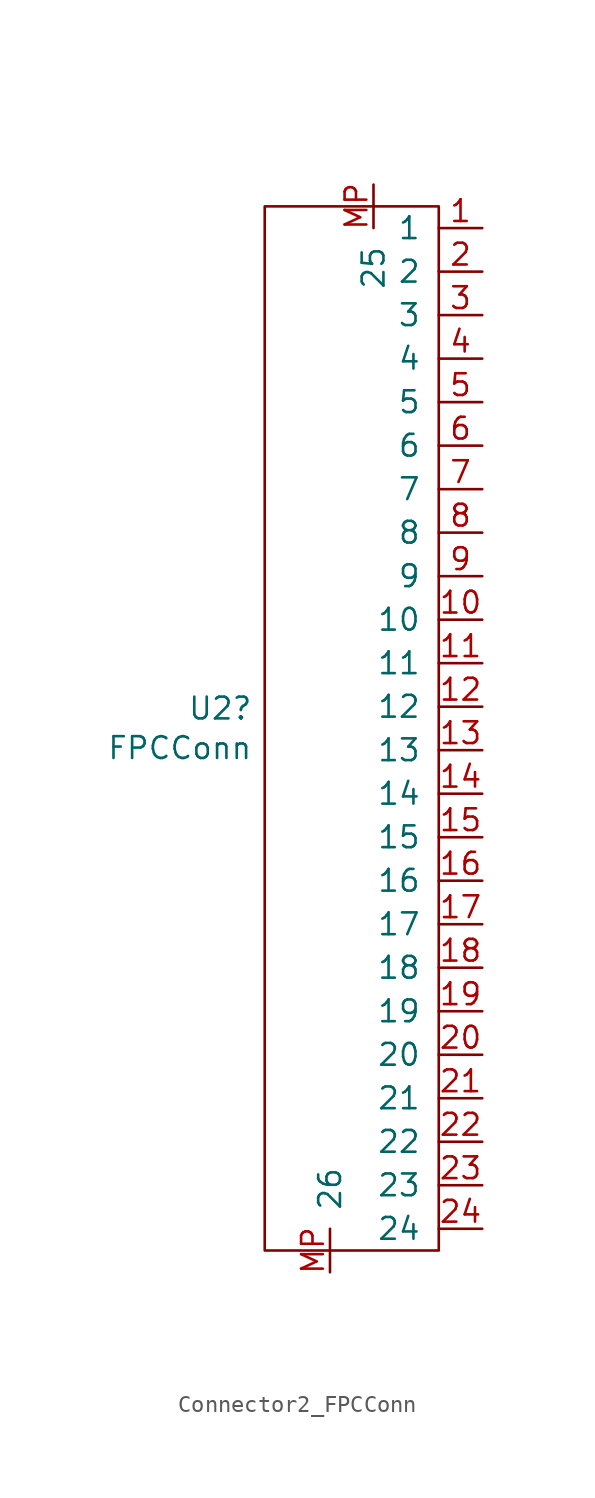
<source format=kicad_sym>
(kicad_symbol_lib
  (version 20211014)
  (generator kicad_symbol_editor)
  (symbol "Connector2_FPCConn"
    (pin_names
      (offset 1.016))
    (property "Reference" "U2"
      (at -13.386 26.568 0)
      (effects (font (size 1.27 1.27)) (justify right)))
    (property "Value" "FPCConn"
      (at -13.386 24.257 0)
      (effects (font (size 1.27 1.27)) (justify right)))
    (symbol "Connector2_FPCConn_0_1"
      (rectangle (start -2.54 -5.08) (end -12.7 55.88) (stroke (width 0) (type default) (color 0 0 0 0)) (fill (type none))))
    (symbol "Connector2_FPCConn_1_1"
      (pin input line (at 0 54.61 180) (length 2.54) (name "1" (effects (font (size 1.27 1.27)))) (number "1" (effects (font (size 1.27 1.27)))))
      (pin input line (at 0 31.75 180) (length 2.54) (name "10" (effects (font (size 1.27 1.27)))) (number "10" (effects (font (size 1.27 1.27)))))
      (pin input line (at 0 29.21 180) (length 2.54) (name "11" (effects (font (size 1.27 1.27)))) (number "11" (effects (font (size 1.27 1.27)))))
      (pin input line (at 0 26.67 180) (length 2.54) (name "12" (effects (font (size 1.27 1.27)))) (number "12" (effects (font (size 1.27 1.27)))))
      (pin input line (at 0 24.13 180) (length 2.54) (name "13" (effects (font (size 1.27 1.27)))) (number "13" (effects (font (size 1.27 1.27)))))
      (pin input line (at 0 21.59 180) (length 2.54) (name "14" (effects (font (size 1.27 1.27)))) (number "14" (effects (font (size 1.27 1.27)))))
      (pin input line (at 0 19.05 180) (length 2.54) (name "15" (effects (font (size 1.27 1.27)))) (number "15" (effects (font (size 1.27 1.27)))))
      (pin input line (at 0 16.51 180) (length 2.54) (name "16" (effects (font (size 1.27 1.27)))) (number "16" (effects (font (size 1.27 1.27)))))
      (pin input line (at 0 13.97 180) (length 2.54) (name "17" (effects (font (size 1.27 1.27)))) (number "17" (effects (font (size 1.27 1.27)))))
      (pin input line (at 0 11.43 180) (length 2.54) (name "18" (effects (font (size 1.27 1.27)))) (number "18" (effects (font (size 1.27 1.27)))))
      (pin input line (at 0 8.89 180) (length 2.54) (name "19" (effects (font (size 1.27 1.27)))) (number "19" (effects (font (size 1.27 1.27)))))
      (pin input line (at 0 52.07 180) (length 2.54) (name "2" (effects (font (size 1.27 1.27)))) (number "2" (effects (font (size 1.27 1.27)))))
      (pin input line (at 0 6.35 180) (length 2.54) (name "20" (effects (font (size 1.27 1.27)))) (number "20" (effects (font (size 1.27 1.27)))))
      (pin input line (at 0 3.81 180) (length 2.54) (name "21" (effects (font (size 1.27 1.27)))) (number "21" (effects (font (size 1.27 1.27)))))
      (pin input line (at 0 1.27 180) (length 2.54) (name "22" (effects (font (size 1.27 1.27)))) (number "22" (effects (font (size 1.27 1.27)))))
      (pin input line (at 0 -1.27 180) (length 2.54) (name "23" (effects (font (size 1.27 1.27)))) (number "23" (effects (font (size 1.27 1.27)))))
      (pin input line (at 0 -3.81 180) (length 2.54) (name "24" (effects (font (size 1.27 1.27)))) (number "24" (effects (font (size 1.27 1.27)))))
      (pin input line (at 0 49.53 180) (length 2.54) (name "3" (effects (font (size 1.27 1.27)))) (number "3" (effects (font (size 1.27 1.27)))))
      (pin input line (at 0 46.99 180) (length 2.54) (name "4" (effects (font (size 1.27 1.27)))) (number "4" (effects (font (size 1.27 1.27)))))
      (pin input line (at 0 44.45 180) (length 2.54) (name "5" (effects (font (size 1.27 1.27)))) (number "5" (effects (font (size 1.27 1.27)))))
      (pin input line (at 0 41.91 180) (length 2.54) (name "6" (effects (font (size 1.27 1.27)))) (number "6" (effects (font (size 1.27 1.27)))))
      (pin input line (at 0 39.37 180) (length 2.54) (name "7" (effects (font (size 1.27 1.27)))) (number "7" (effects (font (size 1.27 1.27)))))
      (pin input line (at 0 36.83 180) (length 2.54) (name "8" (effects (font (size 1.27 1.27)))) (number "8" (effects (font (size 1.27 1.27)))))
      (pin input line (at 0 34.29 180) (length 2.54) (name "9" (effects (font (size 1.27 1.27)))) (number "9" (effects (font (size 1.27 1.27)))))
      (pin bidirectional line (at -6.35 57.15 270) (length 2.54) (name "25" (effects (font (size 1.27 1.27)))) (number "MP" (effects (font (size 1.27 1.27)))))
      (pin bidirectional line (at -8.89 -6.35 90) (length 2.54) (name "26" (effects (font (size 1.27 1.27)))) (number "MP" (effects (font (size 1.27 1.27))))))))
</source>
